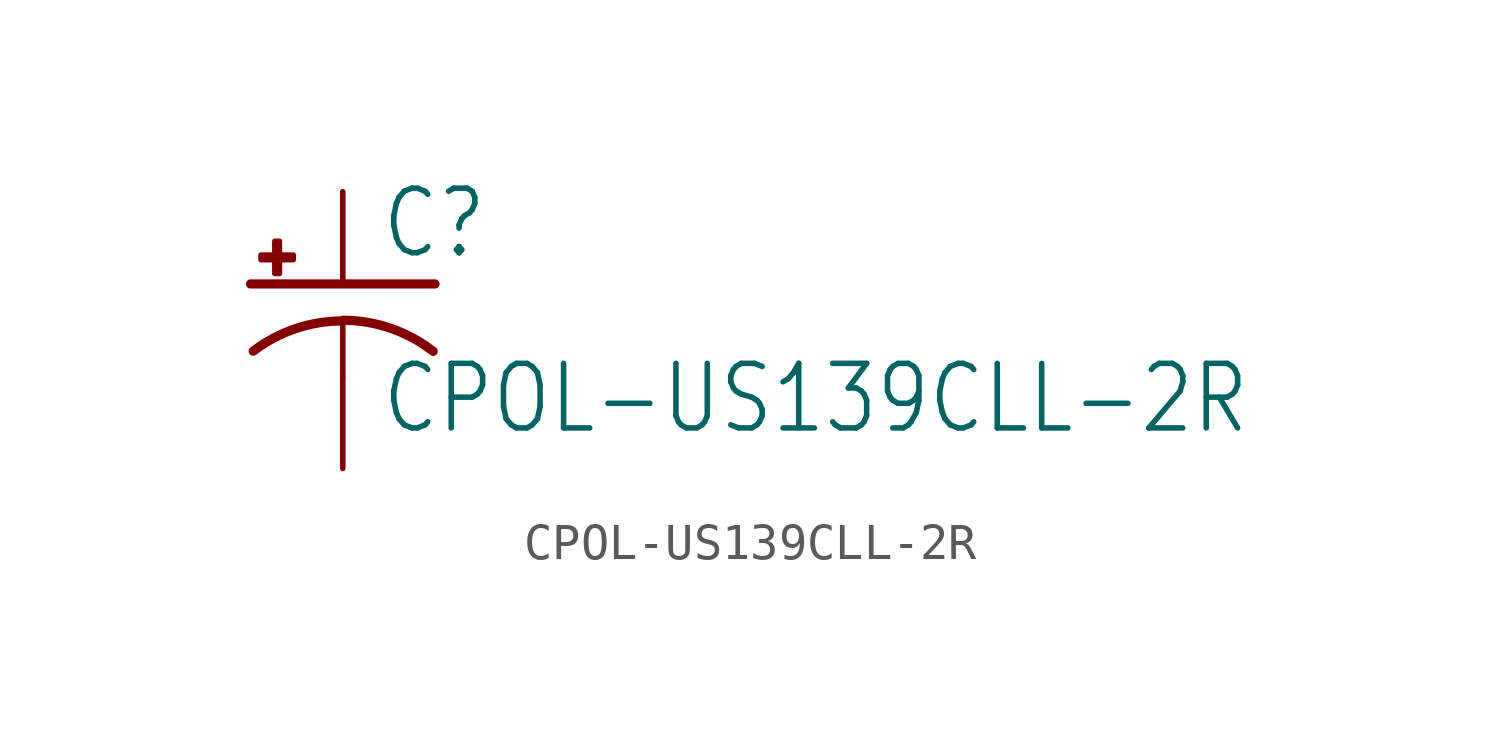
<source format=kicad_sym>
(kicad_symbol_lib
  (version 20211014)
  (generator kicad_symbol_editor)
  (symbol "CPOL-US139CLL-2R"
    (property "Reference" "C"
      (at 1.016 0.635 0)
      (effects (font (size 1.778 1.511)) (justify left bottom)))
    (property "Value" "CPOL-US139CLL-2R"
      (at 1.016 -4.191 0)
      (effects (font (size 1.778 1.511)) (justify left bottom)))
    (property "ki_locked" ""
      (at 0 0 0)
      (effects (font (size 1.27 1.27))))
    (symbol "CPOL-US139CLL-2R_1_0"
      (rectangle (start -2.253 0.668) (end -1.364 0.795) (stroke (width 0) (type default) (color 0 0 0 0)) (fill (type outline)))
      (rectangle (start -1.872 0.287) (end -1.745 1.176) (stroke (width 0) (type default) (color 0 0 0 0)) (fill (type outline)))
      (arc (start 0 -1.0161) (mid -1.3021 -1.2302) (end -2.4669 -1.8504) (stroke (width 0.254) (type default) (color 0 0 0 0)) (fill (type none)))
      (polyline (pts (xy -2.54 0) (xy 2.54 0)) (stroke (width 0.254) (type default) (color 0 0 0 0)) (fill (type none)))
      (polyline (pts (xy 0 -1.016) (xy 0 -2.54)) (stroke (width 0.152) (type default) (color 0 0 0 0)) (fill (type none)))
      (arc (start 2.4892 -1.8542) (mid 1.3158 -1.2195) (end 0 -1) (stroke (width 0.254) (type default) (color 0 0 0 0)) (fill (type none)))
      (pin passive line (at 0 2.54 270) (length 2.54) (name "+" (effects (font (size 0 0)))) (number "+" (effects (font (size 0 0)))))
      (pin passive line (at 0 -5.08 90) (length 2.54) (name "-" (effects (font (size 0 0)))) (number "-" (effects (font (size 0 0))))))))
</source>
